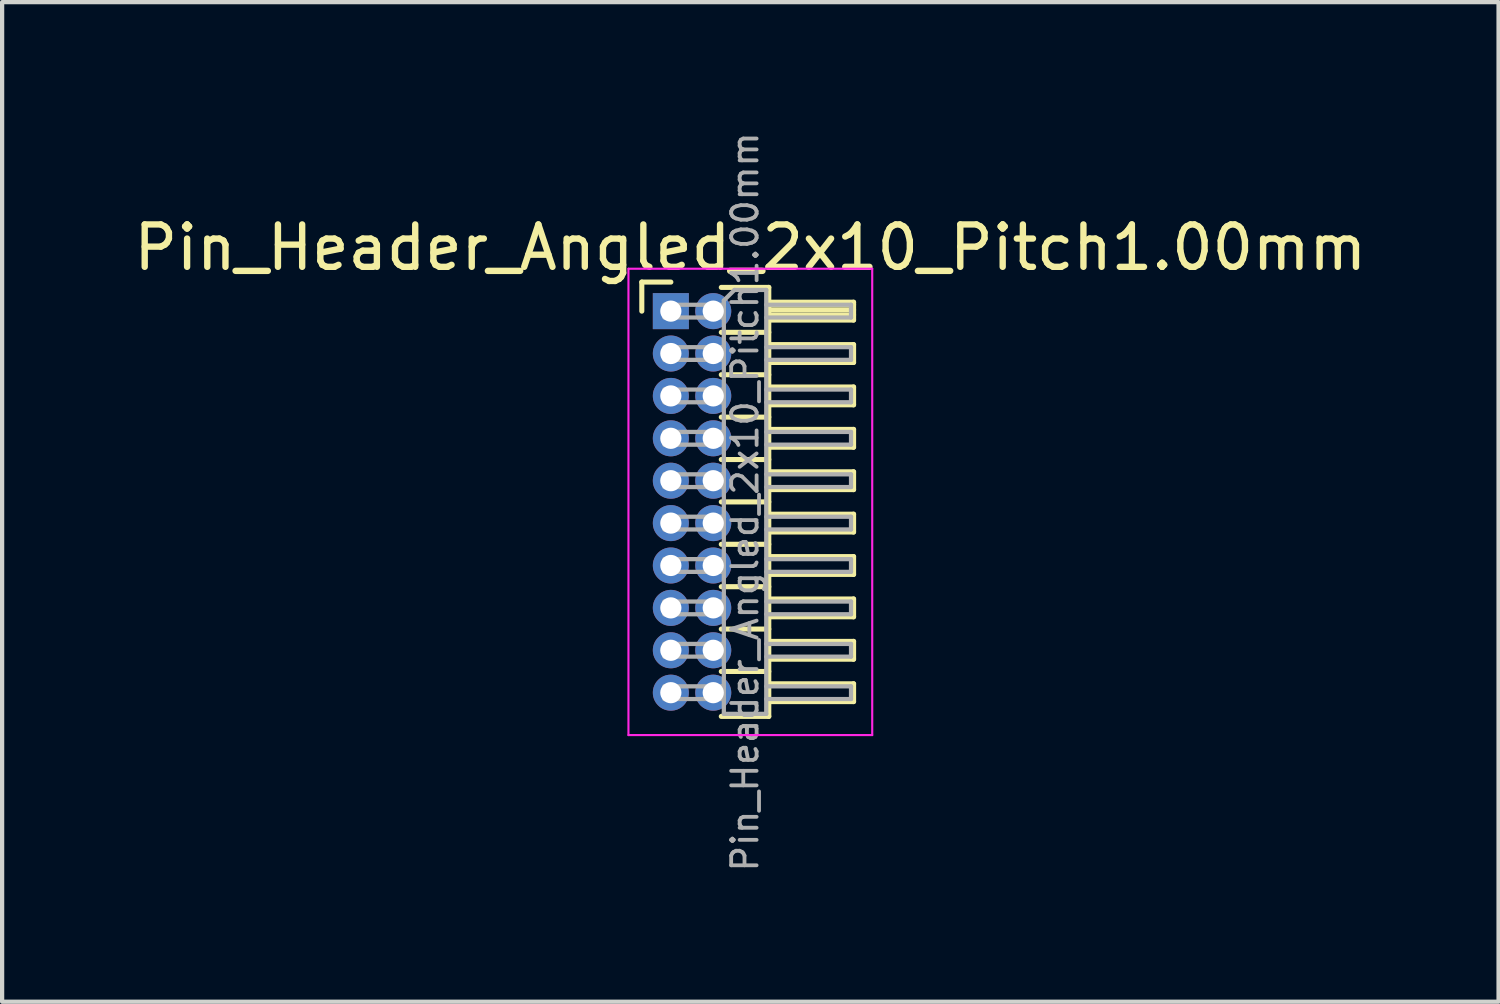
<source format=kicad_pcb>
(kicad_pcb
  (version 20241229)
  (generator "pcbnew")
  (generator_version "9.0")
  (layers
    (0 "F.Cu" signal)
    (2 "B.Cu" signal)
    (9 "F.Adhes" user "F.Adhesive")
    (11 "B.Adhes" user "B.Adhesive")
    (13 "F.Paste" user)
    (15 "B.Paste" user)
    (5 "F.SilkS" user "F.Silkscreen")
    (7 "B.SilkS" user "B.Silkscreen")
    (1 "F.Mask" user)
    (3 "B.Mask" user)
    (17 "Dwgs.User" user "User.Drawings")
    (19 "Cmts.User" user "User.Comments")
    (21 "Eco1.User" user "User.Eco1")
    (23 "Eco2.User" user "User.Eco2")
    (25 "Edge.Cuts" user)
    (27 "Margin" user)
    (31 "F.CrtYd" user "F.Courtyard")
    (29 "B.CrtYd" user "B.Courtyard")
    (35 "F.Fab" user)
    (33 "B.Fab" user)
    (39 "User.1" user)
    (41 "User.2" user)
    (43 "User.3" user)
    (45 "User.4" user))
  (footprint "Pin_Header_Angled_2x10_Pitch1.00mm"
    (layer "F.Cu")
    (at 12.774 4.289)
    (property "Reference" "Pin_Header_Angled_2x10_Pitch1.00mm" (at 1.875 -1.5 0) (layer "F.SilkS") (effects (font (size 1 1) (thickness 0.15))))
    (attr through_hole)
    (fp_line (start -0.685 -0.685) (end 0 -0.685) (stroke (width 0.12) (type solid)) (layer "F.SilkS"))
    (fp_line (start -0.685 0) (end -0.685 -0.685) (stroke (width 0.12) (type solid)) (layer "F.SilkS"))
    (fp_line (start 1.19 -0.56) (end 2.31 -0.56) (stroke (width 0.12) (type solid)) (layer "F.SilkS"))
    (fp_line (start 1.19 0.5) (end 2.31 0.5) (stroke (width 0.12) (type solid)) (layer "F.SilkS"))
    (fp_line (start 1.19 1.5) (end 2.31 1.5) (stroke (width 0.12) (type solid)) (layer "F.SilkS"))
    (fp_line (start 1.19 2.5) (end 2.31 2.5) (stroke (width 0.12) (type solid)) (layer "F.SilkS"))
    (fp_line (start 1.19 3.5) (end 2.31 3.5) (stroke (width 0.12) (type solid)) (layer "F.SilkS"))
    (fp_line (start 1.19 4.5) (end 2.31 4.5) (stroke (width 0.12) (type solid)) (layer "F.SilkS"))
    (fp_line (start 1.19 5.5) (end 2.31 5.5) (stroke (width 0.12) (type solid)) (layer "F.SilkS"))
    (fp_line (start 1.19 6.5) (end 2.31 6.5) (stroke (width 0.12) (type solid)) (layer "F.SilkS"))
    (fp_line (start 1.19 7.5) (end 2.31 7.5) (stroke (width 0.12) (type solid)) (layer "F.SilkS"))
    (fp_line (start 1.19 8.5) (end 2.31 8.5) (stroke (width 0.12) (type solid)) (layer "F.SilkS"))
    (fp_line (start 2.31 -0.56) (end 2.31 9.56) (stroke (width 0.12) (type solid)) (layer "F.SilkS"))
    (fp_line (start 2.31 -0.21) (end 4.31 -0.21) (stroke (width 0.12) (type solid)) (layer "F.SilkS"))
    (fp_line (start 2.31 -0.15) (end 4.31 -0.15) (stroke (width 0.12) (type solid)) (layer "F.SilkS"))
    (fp_line (start 2.31 -0.03) (end 4.31 -0.03) (stroke (width 0.12) (type solid)) (layer "F.SilkS"))
    (fp_line (start 2.31 0.09) (end 4.31 0.09) (stroke (width 0.12) (type solid)) (layer "F.SilkS"))
    (fp_line (start 2.31 0.79) (end 4.31 0.79) (stroke (width 0.12) (type solid)) (layer "F.SilkS"))
    (fp_line (start 2.31 1.79) (end 4.31 1.79) (stroke (width 0.12) (type solid)) (layer "F.SilkS"))
    (fp_line (start 2.31 2.79) (end 4.31 2.79) (stroke (width 0.12) (type solid)) (layer "F.SilkS"))
    (fp_line (start 2.31 3.79) (end 4.31 3.79) (stroke (width 0.12) (type solid)) (layer "F.SilkS"))
    (fp_line (start 2.31 4.79) (end 4.31 4.79) (stroke (width 0.12) (type solid)) (layer "F.SilkS"))
    (fp_line (start 2.31 5.79) (end 4.31 5.79) (stroke (width 0.12) (type solid)) (layer "F.SilkS"))
    (fp_line (start 2.31 6.79) (end 4.31 6.79) (stroke (width 0.12) (type solid)) (layer "F.SilkS"))
    (fp_line (start 2.31 7.79) (end 4.31 7.79) (stroke (width 0.12) (type solid)) (layer "F.SilkS"))
    (fp_line (start 2.31 8.79) (end 4.31 8.79) (stroke (width 0.12) (type solid)) (layer "F.SilkS"))
    (fp_line (start 2.31 9.56) (end 1.19 9.56) (stroke (width 0.12) (type solid)) (layer "F.SilkS"))
    (fp_line (start 4.31 -0.21) (end 4.31 0.21) (stroke (width 0.12) (type solid)) (layer "F.SilkS"))
    (fp_line (start 4.31 0.21) (end 2.31 0.21) (stroke (width 0.12) (type solid)) (layer "F.SilkS"))
    (fp_line (start 4.31 0.79) (end 4.31 1.21) (stroke (width 0.12) (type solid)) (layer "F.SilkS"))
    (fp_line (start 4.31 1.21) (end 2.31 1.21) (stroke (width 0.12) (type solid)) (layer "F.SilkS"))
    (fp_line (start 4.31 1.79) (end 4.31 2.21) (stroke (width 0.12) (type solid)) (layer "F.SilkS"))
    (fp_line (start 4.31 2.21) (end 2.31 2.21) (stroke (width 0.12) (type solid)) (layer "F.SilkS"))
    (fp_line (start 4.31 2.79) (end 4.31 3.21) (stroke (width 0.12) (type solid)) (layer "F.SilkS"))
    (fp_line (start 4.31 3.21) (end 2.31 3.21) (stroke (width 0.12) (type solid)) (layer "F.SilkS"))
    (fp_line (start 4.31 3.79) (end 4.31 4.21) (stroke (width 0.12) (type solid)) (layer "F.SilkS"))
    (fp_line (start 4.31 4.21) (end 2.31 4.21) (stroke (width 0.12) (type solid)) (layer "F.SilkS"))
    (fp_line (start 4.31 4.79) (end 4.31 5.21) (stroke (width 0.12) (type solid)) (layer "F.SilkS"))
    (fp_line (start 4.31 5.21) (end 2.31 5.21) (stroke (width 0.12) (type solid)) (layer "F.SilkS"))
    (fp_line (start 4.31 5.79) (end 4.31 6.21) (stroke (width 0.12) (type solid)) (layer "F.SilkS"))
    (fp_line (start 4.31 6.21) (end 2.31 6.21) (stroke (width 0.12) (type solid)) (layer "F.SilkS"))
    (fp_line (start 4.31 6.79) (end 4.31 7.21) (stroke (width 0.12) (type solid)) (layer "F.SilkS"))
    (fp_line (start 4.31 7.21) (end 2.31 7.21) (stroke (width 0.12) (type solid)) (layer "F.SilkS"))
    (fp_line (start 4.31 7.79) (end 4.31 8.21) (stroke (width 0.12) (type solid)) (layer "F.SilkS"))
    (fp_line (start 4.31 8.21) (end 2.31 8.21) (stroke (width 0.12) (type solid)) (layer "F.SilkS"))
    (fp_line (start 4.31 8.79) (end 4.31 9.21) (stroke (width 0.12) (type solid)) (layer "F.SilkS"))
    (fp_line (start 4.31 9.21) (end 2.31 9.21) (stroke (width 0.12) (type solid)) (layer "F.SilkS"))
    (fp_line (start -1 -1) (end -1 10) (stroke (width 0.05) (type solid)) (layer "F.CrtYd"))
    (fp_line (start -1 10) (end 4.75 10) (stroke (width 0.05) (type solid)) (layer "F.CrtYd"))
    (fp_line (start 4.75 -1) (end -1 -1) (stroke (width 0.05) (type solid)) (layer "F.CrtYd"))
    (fp_line (start 4.75 10) (end 4.75 -1) (stroke (width 0.05) (type solid)) (layer "F.CrtYd"))
    (fp_line (start -0.15 -0.15) (end -0.15 0.15) (stroke (width 0.1) (type solid)) (layer "F.Fab"))
    (fp_line (start -0.15 -0.15) (end 1.25 -0.15) (stroke (width 0.1) (type solid)) (layer "F.Fab"))
    (fp_line (start -0.15 0.15) (end 1.25 0.15) (stroke (width 0.1) (type solid)) (layer "F.Fab"))
    (fp_line (start -0.15 0.85) (end -0.15 1.15) (stroke (width 0.1) (type solid)) (layer "F.Fab"))
    (fp_line (start -0.15 0.85) (end 1.25 0.85) (stroke (width 0.1) (type solid)) (layer "F.Fab"))
    (fp_line (start -0.15 1.15) (end 1.25 1.15) (stroke (width 0.1) (type solid)) (layer "F.Fab"))
    (fp_line (start -0.15 1.85) (end -0.15 2.15) (stroke (width 0.1) (type solid)) (layer "F.Fab"))
    (fp_line (start -0.15 1.85) (end 1.25 1.85) (stroke (width 0.1) (type solid)) (layer "F.Fab"))
    (fp_line (start -0.15 2.15) (end 1.25 2.15) (stroke (width 0.1) (type solid)) (layer "F.Fab"))
    (fp_line (start -0.15 2.85) (end -0.15 3.15) (stroke (width 0.1) (type solid)) (layer "F.Fab"))
    (fp_line (start -0.15 2.85) (end 1.25 2.85) (stroke (width 0.1) (type solid)) (layer "F.Fab"))
    (fp_line (start -0.15 3.15) (end 1.25 3.15) (stroke (width 0.1) (type solid)) (layer "F.Fab"))
    (fp_line (start -0.15 3.85) (end -0.15 4.15) (stroke (width 0.1) (type solid)) (layer "F.Fab"))
    (fp_line (start -0.15 3.85) (end 1.25 3.85) (stroke (width 0.1) (type solid)) (layer "F.Fab"))
    (fp_line (start -0.15 4.15) (end 1.25 4.15) (stroke (width 0.1) (type solid)) (layer "F.Fab"))
    (fp_line (start -0.15 4.85) (end -0.15 5.15) (stroke (width 0.1) (type solid)) (layer "F.Fab"))
    (fp_line (start -0.15 4.85) (end 1.25 4.85) (stroke (width 0.1) (type solid)) (layer "F.Fab"))
    (fp_line (start -0.15 5.15) (end 1.25 5.15) (stroke (width 0.1) (type solid)) (layer "F.Fab"))
    (fp_line (start -0.15 5.85) (end -0.15 6.15) (stroke (width 0.1) (type solid)) (layer "F.Fab"))
    (fp_line (start -0.15 5.85) (end 1.25 5.85) (stroke (width 0.1) (type solid)) (layer "F.Fab"))
    (fp_line (start -0.15 6.15) (end 1.25 6.15) (stroke (width 0.1) (type solid)) (layer "F.Fab"))
    (fp_line (start -0.15 6.85) (end -0.15 7.15) (stroke (width 0.1) (type solid)) (layer "F.Fab"))
    (fp_line (start -0.15 6.85) (end 1.25 6.85) (stroke (width 0.1) (type solid)) (layer "F.Fab"))
    (fp_line (start -0.15 7.15) (end 1.25 7.15) (stroke (width 0.1) (type solid)) (layer "F.Fab"))
    (fp_line (start -0.15 7.85) (end -0.15 8.15) (stroke (width 0.1) (type solid)) (layer "F.Fab"))
    (fp_line (start -0.15 7.85) (end 1.25 7.85) (stroke (width 0.1) (type solid)) (layer "F.Fab"))
    (fp_line (start -0.15 8.15) (end 1.25 8.15) (stroke (width 0.1) (type solid)) (layer "F.Fab"))
    (fp_line (start -0.15 8.85) (end -0.15 9.15) (stroke (width 0.1) (type solid)) (layer "F.Fab"))
    (fp_line (start -0.15 8.85) (end 1.25 8.85) (stroke (width 0.1) (type solid)) (layer "F.Fab"))
    (fp_line (start -0.15 9.15) (end 1.25 9.15) (stroke (width 0.1) (type solid)) (layer "F.Fab"))
    (fp_line (start 1.25 -0.25) (end 1.5 -0.5) (stroke (width 0.1) (type solid)) (layer "F.Fab"))
    (fp_line (start 1.25 9.5) (end 1.25 -0.25) (stroke (width 0.1) (type solid)) (layer "F.Fab"))
    (fp_line (start 1.5 -0.5) (end 2.25 -0.5) (stroke (width 0.1) (type solid)) (layer "F.Fab"))
    (fp_line (start 2.25 -0.5) (end 2.25 9.5) (stroke (width 0.1) (type solid)) (layer "F.Fab"))
    (fp_line (start 2.25 -0.15) (end 4.25 -0.15) (stroke (width 0.1) (type solid)) (layer "F.Fab"))
    (fp_line (start 2.25 0.15) (end 4.25 0.15) (stroke (width 0.1) (type solid)) (layer "F.Fab"))
    (fp_line (start 2.25 0.85) (end 4.25 0.85) (stroke (width 0.1) (type solid)) (layer "F.Fab"))
    (fp_line (start 2.25 1.15) (end 4.25 1.15) (stroke (width 0.1) (type solid)) (layer "F.Fab"))
    (fp_line (start 2.25 1.85) (end 4.25 1.85) (stroke (width 0.1) (type solid)) (layer "F.Fab"))
    (fp_line (start 2.25 2.15) (end 4.25 2.15) (stroke (width 0.1) (type solid)) (layer "F.Fab"))
    (fp_line (start 2.25 2.85) (end 4.25 2.85) (stroke (width 0.1) (type solid)) (layer "F.Fab"))
    (fp_line (start 2.25 3.15) (end 4.25 3.15) (stroke (width 0.1) (type solid)) (layer "F.Fab"))
    (fp_line (start 2.25 3.85) (end 4.25 3.85) (stroke (width 0.1) (type solid)) (layer "F.Fab"))
    (fp_line (start 2.25 4.15) (end 4.25 4.15) (stroke (width 0.1) (type solid)) (layer "F.Fab"))
    (fp_line (start 2.25 4.85) (end 4.25 4.85) (stroke (width 0.1) (type solid)) (layer "F.Fab"))
    (fp_line (start 2.25 5.15) (end 4.25 5.15) (stroke (width 0.1) (type solid)) (layer "F.Fab"))
    (fp_line (start 2.25 5.85) (end 4.25 5.85) (stroke (width 0.1) (type solid)) (layer "F.Fab"))
    (fp_line (start 2.25 6.15) (end 4.25 6.15) (stroke (width 0.1) (type solid)) (layer "F.Fab"))
    (fp_line (start 2.25 6.85) (end 4.25 6.85) (stroke (width 0.1) (type solid)) (layer "F.Fab"))
    (fp_line (start 2.25 7.15) (end 4.25 7.15) (stroke (width 0.1) (type solid)) (layer "F.Fab"))
    (fp_line (start 2.25 7.85) (end 4.25 7.85) (stroke (width 0.1) (type solid)) (layer "F.Fab"))
    (fp_line (start 2.25 8.15) (end 4.25 8.15) (stroke (width 0.1) (type solid)) (layer "F.Fab"))
    (fp_line (start 2.25 8.85) (end 4.25 8.85) (stroke (width 0.1) (type solid)) (layer "F.Fab"))
    (fp_line (start 2.25 9.15) (end 4.25 9.15) (stroke (width 0.1) (type solid)) (layer "F.Fab"))
    (fp_line (start 2.25 9.5) (end 1.25 9.5) (stroke (width 0.1) (type solid)) (layer "F.Fab"))
    (fp_line (start 4.25 -0.15) (end 4.25 0.15) (stroke (width 0.1) (type solid)) (layer "F.Fab"))
    (fp_line (start 4.25 0.85) (end 4.25 1.15) (stroke (width 0.1) (type solid)) (layer "F.Fab"))
    (fp_line (start 4.25 1.85) (end 4.25 2.15) (stroke (width 0.1) (type solid)) (layer "F.Fab"))
    (fp_line (start 4.25 2.85) (end 4.25 3.15) (stroke (width 0.1) (type solid)) (layer "F.Fab"))
    (fp_line (start 4.25 3.85) (end 4.25 4.15) (stroke (width 0.1) (type solid)) (layer "F.Fab"))
    (fp_line (start 4.25 4.85) (end 4.25 5.15) (stroke (width 0.1) (type solid)) (layer "F.Fab"))
    (fp_line (start 4.25 5.85) (end 4.25 6.15) (stroke (width 0.1) (type solid)) (layer "F.Fab"))
    (fp_line (start 4.25 6.85) (end 4.25 7.15) (stroke (width 0.1) (type solid)) (layer "F.Fab"))
    (fp_line (start 4.25 7.85) (end 4.25 8.15) (stroke (width 0.1) (type solid)) (layer "F.Fab"))
    (fp_line (start 4.25 8.85) (end 4.25 9.15) (stroke (width 0.1) (type solid)) (layer "F.Fab"))
    (fp_text user "${REFERENCE}" (at 1.75 4.5 90) (layer "F.Fab") (effects (font (size 0.6 0.6) (thickness 0.09))))
    (pad "1" thru_hole rect (at 0 0) (size 0.85 0.85) (drill 0.5) (layers "*.Cu" "*.Mask"))
    (pad "2" thru_hole oval (at 1 0) (size 0.85 0.85) (drill 0.5) (layers "*.Cu" "*.Mask"))
    (pad "3" thru_hole oval (at 0 1) (size 0.85 0.85) (drill 0.5) (layers "*.Cu" "*.Mask"))
    (pad "4" thru_hole oval (at 1 1) (size 0.85 0.85) (drill 0.5) (layers "*.Cu" "*.Mask"))
    (pad "5" thru_hole oval (at 0 2) (size 0.85 0.85) (drill 0.5) (layers "*.Cu" "*.Mask"))
    (pad "6" thru_hole oval (at 1 2) (size 0.85 0.85) (drill 0.5) (layers "*.Cu" "*.Mask"))
    (pad "7" thru_hole oval (at 0 3) (size 0.85 0.85) (drill 0.5) (layers "*.Cu" "*.Mask"))
    (pad "8" thru_hole oval (at 1 3) (size 0.85 0.85) (drill 0.5) (layers "*.Cu" "*.Mask"))
    (pad "9" thru_hole oval (at 0 4) (size 0.85 0.85) (drill 0.5) (layers "*.Cu" "*.Mask"))
    (pad "10" thru_hole oval (at 1 4) (size 0.85 0.85) (drill 0.5) (layers "*.Cu" "*.Mask"))
    (pad "11" thru_hole oval (at 0 5) (size 0.85 0.85) (drill 0.5) (layers "*.Cu" "*.Mask"))
    (pad "12" thru_hole oval (at 1 5) (size 0.85 0.85) (drill 0.5) (layers "*.Cu" "*.Mask"))
    (pad "13" thru_hole oval (at 0 6) (size 0.85 0.85) (drill 0.5) (layers "*.Cu" "*.Mask"))
    (pad "14" thru_hole oval (at 1 6) (size 0.85 0.85) (drill 0.5) (layers "*.Cu" "*.Mask"))
    (pad "15" thru_hole oval (at 0 7) (size 0.85 0.85) (drill 0.5) (layers "*.Cu" "*.Mask"))
    (pad "16" thru_hole oval (at 1 7) (size 0.85 0.85) (drill 0.5) (layers "*.Cu" "*.Mask"))
    (pad "17" thru_hole oval (at 0 8) (size 0.85 0.85) (drill 0.5) (layers "*.Cu" "*.Mask"))
    (pad "18" thru_hole oval (at 1 8) (size 0.85 0.85) (drill 0.5) (layers "*.Cu" "*.Mask"))
    (pad "19" thru_hole oval (at 0 9) (size 0.85 0.85) (drill 0.5) (layers "*.Cu" "*.Mask"))
    (pad "20" thru_hole oval (at 1 9) (size 0.85 0.85) (drill 0.5) (layers "*.Cu" "*.Mask")))
  (gr_rect
    (start -3 -3)
    (end 32.298 20.579)
    (stroke (width 0.1) (type default))
    (fill no)
    (layer "Edge.Cuts")))
</source>
